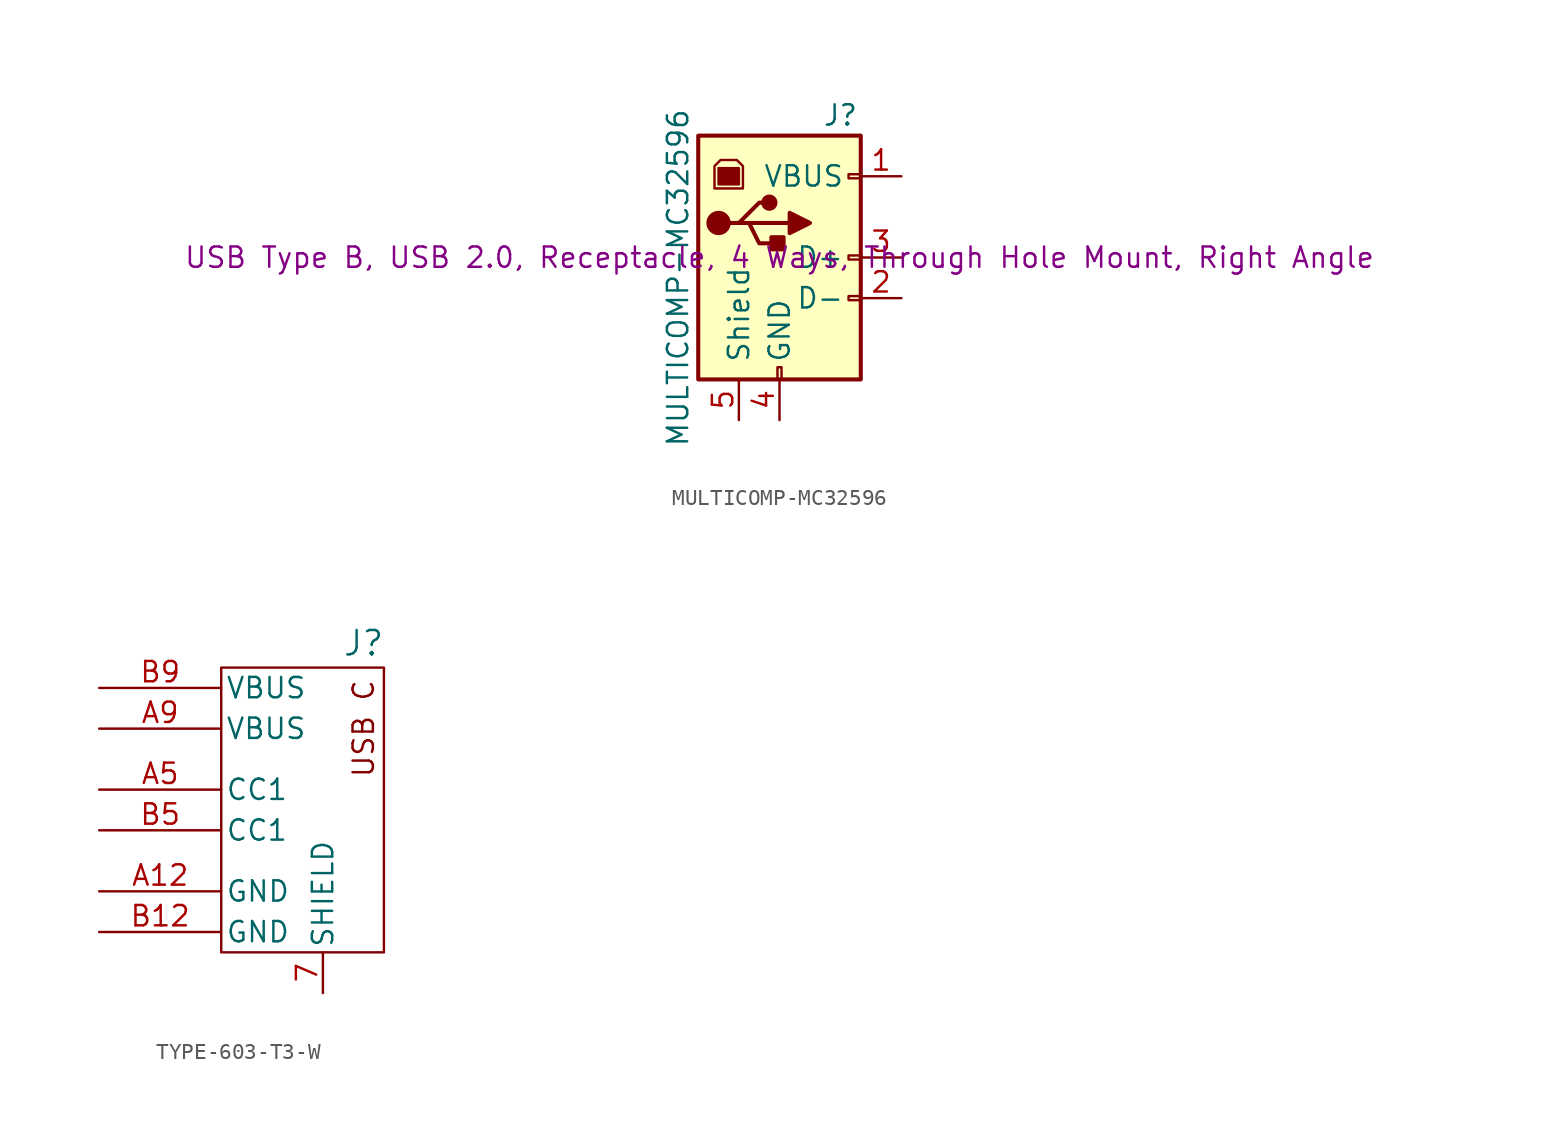
<source format=kicad_sym>
(kicad_symbol_lib
  (version 20231120)
  (generator "kicad_symbol_editor")
  (generator_version "8.0")
  (symbol "MULTICOMP-MC32596"
    (pin_names
      (offset 1.016))
    (property "Reference" "J"
      (at 3.81 8.89 0)
      (effects (font (size 1.27 1.27))))
    (property "Value" "MULTICOMP-MC32596"
      (at -6.35 -1.27 90)
      (effects (font (size 1.27 1.27))))
    (property "Description" "USB Type B, USB 2.0, Receptacle, 4 Ways, Through Hole Mount, Right Angle"
      (at 0 0 0)
      (effects (font (size 1.27 1.27))))
    (symbol "MULTICOMP-MC32596_1_1"
      (rectangle (start -5.08 -7.62) (end 5.08 7.62) (stroke (width 0.254) (type solid)) (fill (type background)))
      (circle (center -3.81 2.159) (radius 0.635) (stroke (width 0.254) (type solid)) (fill (type outline)))
      (rectangle (start -3.81 5.588) (end -2.54 4.572) (stroke (width 0) (type solid)) (fill (type outline)))
      (circle (center -0.635 3.429) (radius 0.381) (stroke (width 0.254) (type solid)) (fill (type outline)))
      (rectangle (start -0.127 -7.62) (end 0.127 -6.858) (stroke (width 0) (type solid)) (fill (type none)))
      (polyline (pts (xy -1.905 2.159) (xy 0.635 2.159)) (stroke (width 0.254) (type solid)) (fill (type none)))
      (polyline (pts (xy -3.175 2.159) (xy -2.54 2.159) (xy -1.27 3.429) (xy -0.635 3.429)) (stroke (width 0.254) (type solid)) (fill (type none)))
      (polyline (pts (xy -2.54 2.159) (xy -1.905 2.159) (xy -1.27 0.889) (xy 0 0.889)) (stroke (width 0.254) (type solid)) (fill (type none)))
      (polyline (pts (xy 0.635 2.794) (xy 0.635 1.524) (xy 1.905 2.159) (xy 0.635 2.794)) (stroke (width 0.254) (type solid)) (fill (type outline)))
      (polyline (pts (xy -4.064 4.318) (xy -2.286 4.318) (xy -2.286 5.715) (xy -2.667 6.096) (xy -3.683 6.096) (xy -4.064 5.715) (xy -4.064 4.318)) (stroke (width 0) (type solid)) (fill (type none)))
      (rectangle (start 0.254 1.27) (end -0.508 0.508) (stroke (width 0.254) (type solid)) (fill (type outline)))
      (rectangle (start 5.08 -2.667) (end 4.318 -2.413) (stroke (width 0) (type solid)) (fill (type none)))
      (rectangle (start 5.08 -0.127) (end 4.318 0.127) (stroke (width 0) (type solid)) (fill (type none)))
      (rectangle (start 5.08 4.953) (end 4.318 5.207) (stroke (width 0) (type solid)) (fill (type none)))
      (pin power_out line (at 7.62 5.08 180) (length 2.54) (name "VBUS" (effects (font (size 1.27 1.27)))) (number "1" (effects (font (size 1.27 1.27)))))
      (pin bidirectional line (at 7.62 -2.54 180) (length 2.54) (name "D-" (effects (font (size 1.27 1.27)))) (number "2" (effects (font (size 1.27 1.27)))))
      (pin bidirectional line (at 7.62 0 180) (length 2.54) (name "D+" (effects (font (size 1.27 1.27)))) (number "3" (effects (font (size 1.27 1.27)))))
      (pin power_out line (at 0 -10.16 90) (length 2.54) (name "GND" (effects (font (size 1.27 1.27)))) (number "4" (effects (font (size 1.27 1.27)))))
      (pin passive line (at -2.54 -10.16 90) (length 2.54) (name "Shield" (effects (font (size 1.27 1.27)))) (number "5" (effects (font (size 1.27 1.27)))))))
  (symbol "TYPE-603-T3-W"
    (pin_names
      (offset 0.254))
    (property "Reference" "J"
      (at 2.54 10.414 0)
      (effects (font (size 1.524 1.524))))
    (symbol "TYPE-603-T3-W_0_1"
      (rectangle (start -6.35 8.89) (end 3.81 -8.89) (stroke (width 0) (type default)) (fill (type none))))
    (symbol "TYPE-603-T3-W_1_0"
      (pin power_in line (at 0 -11.43 90) (length 2.54) (name "SHIELD" (effects (font (size 1.27 1.27)))) (number "7" (effects (font (size 1.27 1.27))))))
    (symbol "TYPE-603-T3-W_1_1"
      (text "USB C" (at 2.54 5.08 900) (effects (font (size 1.27 1.27))))
      (pin power_in line (at -13.97 -5.08 0) (length 7.62) (name "GND" (effects (font (size 1.27 1.27)))) (number "A12" (effects (font (size 1.27 1.27)))))
      (pin bidirectional line (at -13.97 1.27 0) (length 7.62) (name "CC1" (effects (font (size 1.27 1.27)))) (number "A5" (effects (font (size 1.27 1.27)))))
      (pin power_in line (at -13.97 5.08 0) (length 7.62) (name "VBUS" (effects (font (size 1.27 1.27)))) (number "A9" (effects (font (size 1.27 1.27)))))
      (pin power_in line (at -13.97 -7.62 0) (length 7.62) (name "GND" (effects (font (size 1.27 1.27)))) (number "B12" (effects (font (size 1.27 1.27)))))
      (pin bidirectional line (at -13.97 -1.27 0) (length 7.62) (name "CC1" (effects (font (size 1.27 1.27)))) (number "B5" (effects (font (size 1.27 1.27)))))
      (pin power_in line (at -13.97 7.62 0) (length 7.62) (name "VBUS" (effects (font (size 1.27 1.27)))) (number "B9" (effects (font (size 1.27 1.27))))))))
</source>
